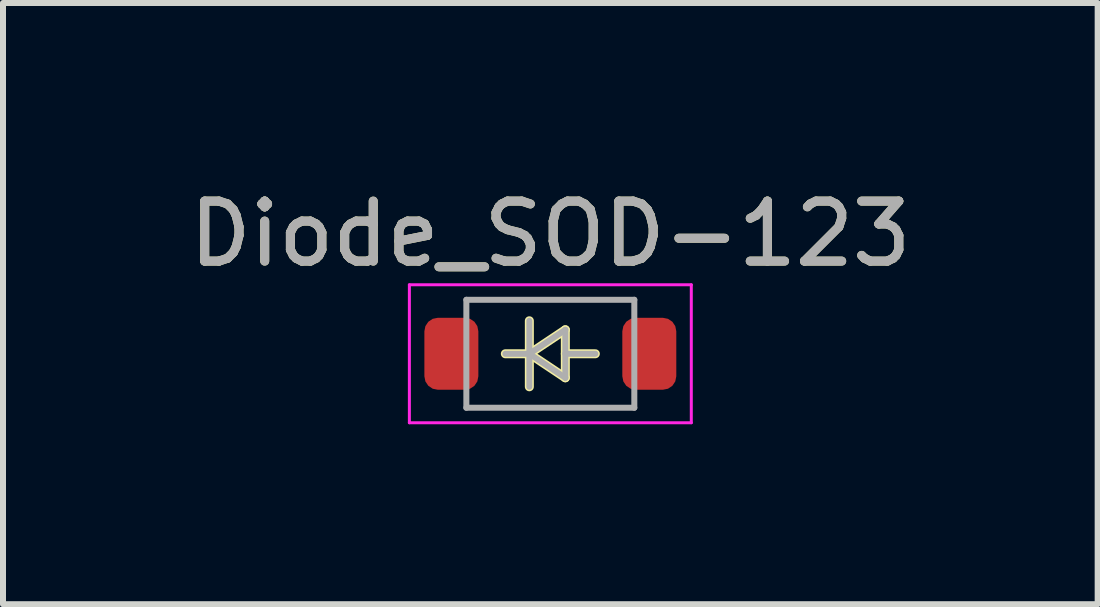
<source format=kicad_pcb>
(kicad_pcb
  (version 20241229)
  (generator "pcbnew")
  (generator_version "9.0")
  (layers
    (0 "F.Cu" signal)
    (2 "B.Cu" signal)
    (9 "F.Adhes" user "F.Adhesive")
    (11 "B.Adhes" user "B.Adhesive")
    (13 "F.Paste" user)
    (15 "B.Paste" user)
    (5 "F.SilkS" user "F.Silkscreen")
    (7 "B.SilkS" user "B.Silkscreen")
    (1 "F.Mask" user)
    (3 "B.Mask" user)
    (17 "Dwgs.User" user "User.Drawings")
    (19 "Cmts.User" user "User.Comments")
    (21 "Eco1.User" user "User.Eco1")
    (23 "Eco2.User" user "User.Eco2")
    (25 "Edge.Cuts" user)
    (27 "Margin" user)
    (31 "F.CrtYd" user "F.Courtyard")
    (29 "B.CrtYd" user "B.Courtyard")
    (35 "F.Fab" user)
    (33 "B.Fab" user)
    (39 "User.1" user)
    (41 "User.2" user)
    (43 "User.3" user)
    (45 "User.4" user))
  (footprint "Diode_SOD-123"
    (layer "F.Cu")
    (at 6.125 2.848)
    (property "Reference" "Diode_SOD-123" (at 0 -2 0) (layer "F.SilkS") (effects (font (size 1 1) (thickness 0.15))))
    (attr smd)
    (fp_line (start -0.75 0) (end -0.35 0) (stroke (width 0.15) (type solid)) (layer "F.SilkS"))
    (fp_line (start -0.35 0) (end -0.35 -0.55) (stroke (width 0.15) (type solid)) (layer "F.SilkS"))
    (fp_line (start -0.35 0) (end -0.35 0.55) (stroke (width 0.15) (type solid)) (layer "F.SilkS"))
    (fp_line (start -0.35 0) (end 0.25 -0.4) (stroke (width 0.15) (type solid)) (layer "F.SilkS"))
    (fp_line (start 0.25 -0.4) (end 0.25 0.4) (stroke (width 0.15) (type solid)) (layer "F.SilkS"))
    (fp_line (start 0.25 0) (end 0.75 0) (stroke (width 0.15) (type solid)) (layer "F.SilkS"))
    (fp_line (start 0.25 0.4) (end -0.35 0) (stroke (width 0.15) (type solid)) (layer "F.SilkS"))
    (fp_line (start -2.35 -1.15) (end -2.35 1.15) (stroke (width 0.05) (type solid)) (layer "F.CrtYd"))
    (fp_line (start -2.35 -1.15) (end 2.35 -1.15) (stroke (width 0.05) (type solid)) (layer "F.CrtYd"))
    (fp_line (start 2.35 -1.15) (end 2.35 1.15) (stroke (width 0.05) (type solid)) (layer "F.CrtYd"))
    (fp_line (start 2.35 1.15) (end -2.35 1.15) (stroke (width 0.05) (type solid)) (layer "F.CrtYd"))
    (fp_line (start -1.4 -0.9) (end 1.4 -0.9) (stroke (width 0.1) (type solid)) (layer "F.Fab"))
    (fp_line (start -1.4 0.9) (end -1.4 -0.9) (stroke (width 0.1) (type solid)) (layer "F.Fab"))
    (fp_line (start -0.75 0) (end -0.35 0) (stroke (width 0.1) (type solid)) (layer "F.Fab"))
    (fp_line (start -0.35 0) (end -0.35 -0.55) (stroke (width 0.1) (type solid)) (layer "F.Fab"))
    (fp_line (start -0.35 0) (end -0.35 0.55) (stroke (width 0.1) (type solid)) (layer "F.Fab"))
    (fp_line (start -0.35 0) (end 0.25 -0.4) (stroke (width 0.1) (type solid)) (layer "F.Fab"))
    (fp_line (start 0.25 -0.4) (end 0.25 0.4) (stroke (width 0.1) (type solid)) (layer "F.Fab"))
    (fp_line (start 0.25 0) (end 0.75 0) (stroke (width 0.1) (type solid)) (layer "F.Fab"))
    (fp_line (start 0.25 0.4) (end -0.35 0) (stroke (width 0.1) (type solid)) (layer "F.Fab"))
    (fp_line (start 1.4 -0.9) (end 1.4 0.9) (stroke (width 0.1) (type solid)) (layer "F.Fab"))
    (fp_line (start 1.4 0.9) (end -1.4 0.9) (stroke (width 0.1) (type solid)) (layer "F.Fab"))
    (fp_text user "${REFERENCE}" (at 0 -2 0) (layer "F.Fab") (effects (font (size 1 1) (thickness 0.15))))
    (pad "1" smd roundrect (at -1.65 0) (size 0.9 1.2) (layers "F.Cu" "F.Mask" "F.Paste") (roundrect_rratio 0.25))
    (pad "2" smd roundrect (at 1.65 0) (size 0.9 1.2) (layers "F.Cu" "F.Mask" "F.Paste") (roundrect_rratio 0.25)))
  (gr_rect
    (start -3 -3)
    (end 15.25 7.023)
    (stroke (width 0.1) (type default))
    (fill no)
    (layer "Edge.Cuts")))
</source>
